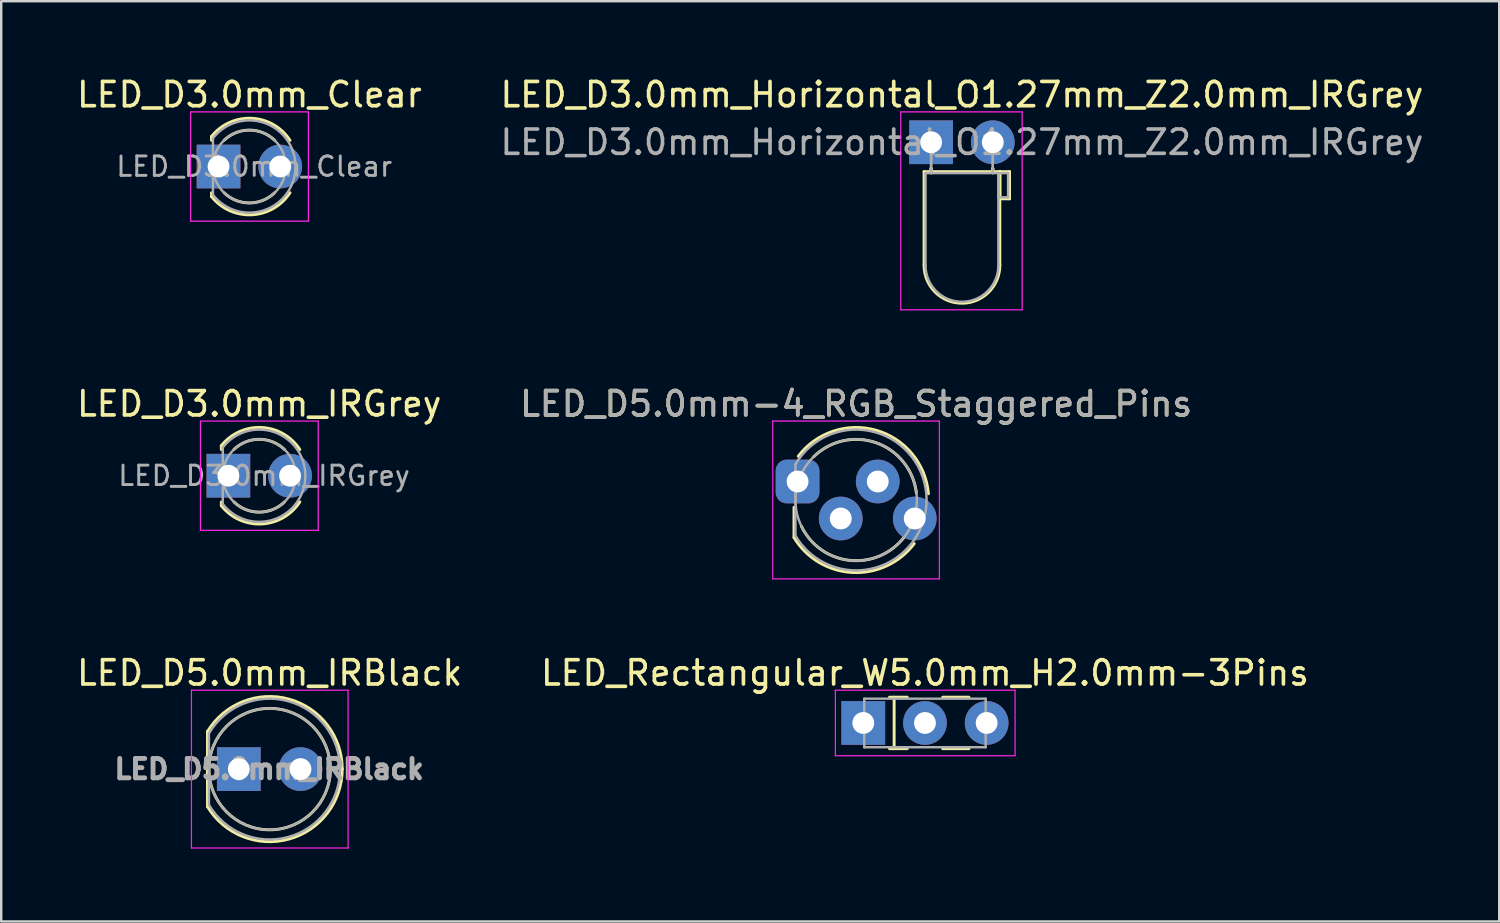
<source format=kicad_pcb>
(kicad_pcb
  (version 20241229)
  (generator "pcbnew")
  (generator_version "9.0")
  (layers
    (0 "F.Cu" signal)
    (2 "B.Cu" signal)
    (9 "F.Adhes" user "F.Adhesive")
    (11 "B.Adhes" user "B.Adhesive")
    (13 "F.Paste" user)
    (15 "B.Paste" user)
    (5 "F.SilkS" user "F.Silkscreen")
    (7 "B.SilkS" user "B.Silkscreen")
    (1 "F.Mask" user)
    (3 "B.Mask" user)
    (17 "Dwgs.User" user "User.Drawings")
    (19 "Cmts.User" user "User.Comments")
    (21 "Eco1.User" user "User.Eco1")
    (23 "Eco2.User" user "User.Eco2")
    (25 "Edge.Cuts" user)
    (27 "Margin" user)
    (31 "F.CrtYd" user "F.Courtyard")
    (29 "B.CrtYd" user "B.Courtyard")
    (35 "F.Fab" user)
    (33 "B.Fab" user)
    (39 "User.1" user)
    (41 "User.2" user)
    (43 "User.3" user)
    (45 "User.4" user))
  (footprint "LED_D3.0mm_IRGrey"
    (layer "F.Cu")
    (at 6.355 16.541)
    (property "Reference" "LED_D3.0mm_IRGrey" (at 1.27 -2.96 0) (layer "F.SilkS") (effects (font (size 1 1) (thickness 0.15))))
    (attr through_hole)
    (fp_line (start -0.29 -1.236) (end -0.29 -1.08) (stroke (width 0.12) (type solid)) (layer "F.SilkS"))
    (fp_line (start -0.29 1.08) (end -0.29 1.236) (stroke (width 0.12) (type solid)) (layer "F.SilkS"))
    (fp_arc (start -0.29 -1.235516) (mid 1.366487 -1.987659) (end 2.942335 -1.078608) (stroke (width 0.12) (type solid)) (layer "F.SilkS"))
    (fp_arc (start 0.229039 -1.08) (mid 1.270117 -1.5) (end 2.31113 -1.079837) (stroke (width 0.12) (type solid)) (layer "F.SilkS"))
    (fp_arc (start 2.31113 1.079837) (mid 1.270117 1.5) (end 0.229039 1.08) (stroke (width 0.12) (type solid)) (layer "F.SilkS"))
    (fp_arc (start 2.942335 1.078608) (mid 1.366487 1.987659) (end -0.29 1.235516) (stroke (width 0.12) (type solid)) (layer "F.SilkS"))
    (fp_line (start -1.15 -2.25) (end -1.15 2.25) (stroke (width 0.05) (type solid)) (layer "F.CrtYd"))
    (fp_line (start -1.15 2.25) (end 3.7 2.25) (stroke (width 0.05) (type solid)) (layer "F.CrtYd"))
    (fp_line (start 3.7 -2.25) (end -1.15 -2.25) (stroke (width 0.05) (type solid)) (layer "F.CrtYd"))
    (fp_line (start 3.7 2.25) (end 3.7 -2.25) (stroke (width 0.05) (type solid)) (layer "F.CrtYd"))
    (fp_line (start -0.23 -1.166) (end -0.23 1.166) (stroke (width 0.1) (type solid)) (layer "F.Fab"))
    (fp_arc (start -0.23 -1.16619) (mid 3.17 0.000452) (end -0.230555 1.165476) (stroke (width 0.1) (type solid)) (layer "F.Fab"))
    (fp_circle (center 1.27 0) (end 2.77 0) (stroke (width 0.1) (type solid)) (fill no) (layer "F.Fab"))
    (fp_text user "${REFERENCE}" (at 1.47 0 0) (layer "F.Fab") (effects (font (size 0.8 0.8) (thickness 0.12))))
    (pad "1" thru_hole rect (at 0 0) (size 1.8 1.8) (drill 0.9) (layers "*.Cu" "*.Mask"))
    (pad "2" thru_hole circle (at 2.54 0) (size 1.8 1.8) (drill 0.9) (layers "*.Cu" "*.Mask")))
  (footprint "LED_D3.0mm_Horizontal_O1.27mm_Z2.0mm_IRGrey"
    (layer "F.Cu")
    (at 35.295 2.808)
    (property "Reference" "LED_D3.0mm_Horizontal_O1.27mm_Z2.0mm_IRGrey" (at 1.27 -1.96 0) (layer "F.SilkS") (effects (font (size 1 1) (thickness 0.15))))
    (attr through_hole)
    (fp_line (start -0.29 1.21) (end -0.29 5.07) (stroke (width 0.12) (type solid)) (layer "F.SilkS"))
    (fp_line (start -0.29 1.21) (end 2.83 1.21) (stroke (width 0.12) (type solid)) (layer "F.SilkS"))
    (fp_line (start 0 1.08) (end 0 1.08) (stroke (width 0.12) (type solid)) (layer "F.SilkS"))
    (fp_line (start 0 1.08) (end 0 1.21) (stroke (width 0.12) (type solid)) (layer "F.SilkS"))
    (fp_line (start 0 1.21) (end 0 1.08) (stroke (width 0.12) (type solid)) (layer "F.SilkS"))
    (fp_line (start 0 1.21) (end 0 1.21) (stroke (width 0.12) (type solid)) (layer "F.SilkS"))
    (fp_line (start 2.54 1.08) (end 2.54 1.08) (stroke (width 0.12) (type solid)) (layer "F.SilkS"))
    (fp_line (start 2.54 1.08) (end 2.54 1.21) (stroke (width 0.12) (type solid)) (layer "F.SilkS"))
    (fp_line (start 2.54 1.21) (end 2.54 1.08) (stroke (width 0.12) (type solid)) (layer "F.SilkS"))
    (fp_line (start 2.54 1.21) (end 2.54 1.21) (stroke (width 0.12) (type solid)) (layer "F.SilkS"))
    (fp_line (start 2.83 1.21) (end 2.83 5.07) (stroke (width 0.12) (type solid)) (layer "F.SilkS"))
    (fp_line (start 2.83 1.21) (end 3.23 1.21) (stroke (width 0.12) (type solid)) (layer "F.SilkS"))
    (fp_line (start 2.83 2.33) (end 2.83 1.21) (stroke (width 0.12) (type solid)) (layer "F.SilkS"))
    (fp_line (start 3.23 1.21) (end 3.23 2.33) (stroke (width 0.12) (type solid)) (layer "F.SilkS"))
    (fp_line (start 3.23 2.33) (end 2.83 2.33) (stroke (width 0.12) (type solid)) (layer "F.SilkS"))
    (fp_arc (start 2.83 5.07) (mid 1.27 6.63) (end -0.29 5.07) (stroke (width 0.12) (type solid)) (layer "F.SilkS"))
    (fp_line (start -1.25 -1.25) (end -1.25 6.9) (stroke (width 0.05) (type solid)) (layer "F.CrtYd"))
    (fp_line (start -1.25 6.9) (end 3.75 6.9) (stroke (width 0.05) (type solid)) (layer "F.CrtYd"))
    (fp_line (start 3.75 -1.25) (end -1.25 -1.25) (stroke (width 0.05) (type solid)) (layer "F.CrtYd"))
    (fp_line (start 3.75 6.9) (end 3.75 -1.25) (stroke (width 0.05) (type solid)) (layer "F.CrtYd"))
    (fp_line (start -0.23 1.27) (end -0.23 5.07) (stroke (width 0.1) (type solid)) (layer "F.Fab"))
    (fp_line (start -0.23 1.27) (end 2.77 1.27) (stroke (width 0.1) (type solid)) (layer "F.Fab"))
    (fp_line (start 0 0) (end 0 0) (stroke (width 0.1) (type solid)) (layer "F.Fab"))
    (fp_line (start 0 0) (end 0 1.27) (stroke (width 0.1) (type solid)) (layer "F.Fab"))
    (fp_line (start 0 1.27) (end 0 0) (stroke (width 0.1) (type solid)) (layer "F.Fab"))
    (fp_line (start 0 1.27) (end 0 1.27) (stroke (width 0.1) (type solid)) (layer "F.Fab"))
    (fp_line (start 2.54 0) (end 2.54 0) (stroke (width 0.1) (type solid)) (layer "F.Fab"))
    (fp_line (start 2.54 0) (end 2.54 1.27) (stroke (width 0.1) (type solid)) (layer "F.Fab"))
    (fp_line (start 2.54 1.27) (end 2.54 0) (stroke (width 0.1) (type solid)) (layer "F.Fab"))
    (fp_line (start 2.54 1.27) (end 2.54 1.27) (stroke (width 0.1) (type solid)) (layer "F.Fab"))
    (fp_line (start 2.77 1.27) (end 2.77 5.07) (stroke (width 0.1) (type solid)) (layer "F.Fab"))
    (fp_line (start 2.77 1.27) (end 3.17 1.27) (stroke (width 0.1) (type solid)) (layer "F.Fab"))
    (fp_line (start 2.77 2.27) (end 2.77 1.27) (stroke (width 0.1) (type solid)) (layer "F.Fab"))
    (fp_line (start 3.17 1.27) (end 3.17 2.27) (stroke (width 0.1) (type solid)) (layer "F.Fab"))
    (fp_line (start 3.17 2.27) (end 2.77 2.27) (stroke (width 0.1) (type solid)) (layer "F.Fab"))
    (fp_arc (start 2.77 5.07) (mid 1.27 6.57) (end -0.23 5.07) (stroke (width 0.1) (type solid)) (layer "F.Fab"))
    (fp_text user "${REFERENCE}" (at 1.27 0 0) (layer "F.Fab") (effects (font (size 1 1) (thickness 0.15))))
    (pad "1" thru_hole rect (at 0 0) (size 1.8 1.8) (drill 0.9) (layers "*.Cu" "*.Mask"))
    (pad "2" thru_hole circle (at 2.54 0) (size 1.8 1.8) (drill 0.9) (layers "*.Cu" "*.Mask")))
  (footprint "LED_Rectangular_W5.0mm_H2.0mm-3Pins"
    (layer "F.Cu")
    (at 32.502 26.723)
    (property "Reference" "LED_Rectangular_W5.0mm_H2.0mm-3Pins" (at 2.54 -2.06 0) (layer "F.SilkS") (effects (font (size 1 1) (thickness 0.15))))
    (attr through_hole)
    (fp_line (start 1.08 -1.06) (end 1.81 -1.06) (stroke (width 0.12) (type solid)) (layer "F.SilkS"))
    (fp_line (start 1.08 1.06) (end 1.81 1.06) (stroke (width 0.12) (type solid)) (layer "F.SilkS"))
    (fp_line (start 1.27 -1.06) (end 1.27 1.06) (stroke (width 0.12) (type solid)) (layer "F.SilkS"))
    (fp_line (start 3.27 -1.06) (end 4.351 -1.06) (stroke (width 0.12) (type solid)) (layer "F.SilkS"))
    (fp_line (start 3.27 1.06) (end 4.351 1.06) (stroke (width 0.12) (type solid)) (layer "F.SilkS"))
    (fp_line (start -1.15 -1.35) (end -1.15 1.35) (stroke (width 0.05) (type solid)) (layer "F.CrtYd"))
    (fp_line (start -1.15 1.35) (end 6.25 1.35) (stroke (width 0.05) (type solid)) (layer "F.CrtYd"))
    (fp_line (start 6.25 -1.35) (end -1.15 -1.35) (stroke (width 0.05) (type solid)) (layer "F.CrtYd"))
    (fp_line (start 6.25 1.35) (end 6.25 -1.35) (stroke (width 0.05) (type solid)) (layer "F.CrtYd"))
    (fp_line (start 0.04 -1) (end 0.04 1) (stroke (width 0.1) (type solid)) (layer "F.Fab"))
    (fp_line (start 0.04 1) (end 5.04 1) (stroke (width 0.1) (type solid)) (layer "F.Fab"))
    (fp_line (start 5.04 -1) (end 0.04 -1) (stroke (width 0.1) (type solid)) (layer "F.Fab"))
    (fp_line (start 5.04 1) (end 5.04 -1) (stroke (width 0.1) (type solid)) (layer "F.Fab"))
    (pad "1" thru_hole rect (at 0 0) (size 1.8 1.8) (drill 0.9) (layers "*.Cu" "*.Mask"))
    (pad "2" thru_hole circle (at 2.54 0) (size 1.8 1.8) (drill 0.9) (layers "*.Cu" "*.Mask"))
    (pad "3" thru_hole circle (at 5.08 0) (size 1.8 1.8) (drill 0.9) (layers "*.Cu" "*.Mask")))
  (footprint "LED_D5.0mm-4_RGB_Staggered_Pins"
    (layer "F.Cu")
    (at 29.795 16.779)
    (property "Reference" "LED_D5.0mm-4_RGB_Staggered_Pins" (at 2.413 -3.198 0) (layer "F.SilkS") (effects (font (size 1 1) (thickness 0.15))))
    (attr through_hole)
    (fp_line (start -0.147 1.061) (end -0.147 2.307) (stroke (width 0.12) (type solid)) (layer "F.SilkS"))
    (fp_arc (start 0.028 -1.038) (mid 3.238737 -2.109652) (end 5.389836 0.503784) (stroke (width 0.12) (type solid)) (layer "F.SilkS"))
    (fp_arc (start 0.660401 -1.015999) (mid 3.242766 -1.592649) (end 4.89309 0.475579) (stroke (width 0.12) (type solid)) (layer "F.SilkS"))
    (fp_arc (start 4.372086 2.315056) (mid 2.134091 3.246393) (end 0.158316 1.842) (stroke (width 0.12) (type solid)) (layer "F.SilkS"))
    (fp_arc (start 4.804334 2.556887) (mid 2.262188 3.748194) (end -0.147 2.30683) (stroke (width 0.12) (type solid)) (layer "F.SilkS"))
    (fp_line (start -1.02 -2.49) (end 5.83 -2.49) (stroke (width 0.05) (type solid)) (layer "F.CrtYd"))
    (fp_line (start -1.02 4.01) (end -1.02 -2.49) (stroke (width 0.05) (type solid)) (layer "F.CrtYd"))
    (fp_line (start 5.84 -2.49) (end 5.84 4.01) (stroke (width 0.05) (type solid)) (layer "F.CrtYd"))
    (fp_line (start 5.84 4.01) (end -1.02 4.01) (stroke (width 0.05) (type solid)) (layer "F.CrtYd"))
    (fp_line (start -0.087 -0.708) (end -0.087 2.232) (stroke (width 0.1) (type solid)) (layer "F.Fab"))
    (fp_arc (start -0.087 -0.707694) (mid 5.313 0.762016) (end -0.087016 2.231666) (stroke (width 0.1) (type solid)) (layer "F.Fab"))
    (fp_circle (center 2.413 0.762) (end 4.913 0.762) (stroke (width 0.1) (type solid)) (fill no) (layer "F.Fab"))
    (fp_text user "${REFERENCE}" (at 2.413 -3.198 0) (layer "F.Fab") (effects (font (size 1 1) (thickness 0.15))))
    (pad "1" thru_hole roundrect (at 0 0) (size 1.8 1.8) (drill 0.9) (layers "*.Cu" "*.Mask") (roundrect_rratio 0.25))
    (pad "2" thru_hole circle (at 1.778 1.524) (size 1.8 1.8) (drill 0.9) (layers "*.Cu" "*.Mask"))
    (pad "3" thru_hole circle (at 3.302 0) (size 1.8 1.8) (drill 0.9) (layers "*.Cu" "*.Mask"))
    (pad "4" thru_hole circle (at 4.826 1.524) (size 1.8 1.8) (drill 0.9) (layers "*.Cu" "*.Mask")))
  (footprint "LED_D3.0mm_Clear"
    (layer "F.Cu")
    (at 5.95 3.808)
    (property "Reference" "LED_D3.0mm_Clear" (at 1.27 -2.96 0) (layer "F.SilkS") (effects (font (size 1 1) (thickness 0.15))))
    (attr through_hole)
    (fp_line (start -0.29 -1.236) (end -0.29 -1.08) (stroke (width 0.12) (type solid)) (layer "F.SilkS"))
    (fp_line (start -0.29 1.08) (end -0.29 1.236) (stroke (width 0.12) (type solid)) (layer "F.SilkS"))
    (fp_arc (start -0.29 -1.235516) (mid 1.366487 -1.987659) (end 2.942335 -1.078608) (stroke (width 0.12) (type solid)) (layer "F.SilkS"))
    (fp_arc (start 0.229039 -1.08) (mid 1.270117 -1.5) (end 2.31113 -1.079837) (stroke (width 0.12) (type solid)) (layer "F.SilkS"))
    (fp_arc (start 2.31113 1.079837) (mid 1.270117 1.5) (end 0.229039 1.08) (stroke (width 0.12) (type solid)) (layer "F.SilkS"))
    (fp_arc (start 2.942335 1.078608) (mid 1.366487 1.987659) (end -0.29 1.235516) (stroke (width 0.12) (type solid)) (layer "F.SilkS"))
    (fp_line (start -1.15 -2.25) (end -1.15 2.25) (stroke (width 0.05) (type solid)) (layer "F.CrtYd"))
    (fp_line (start -1.15 2.25) (end 3.7 2.25) (stroke (width 0.05) (type solid)) (layer "F.CrtYd"))
    (fp_line (start 3.7 -2.25) (end -1.15 -2.25) (stroke (width 0.05) (type solid)) (layer "F.CrtYd"))
    (fp_line (start 3.7 2.25) (end 3.7 -2.25) (stroke (width 0.05) (type solid)) (layer "F.CrtYd"))
    (fp_line (start -0.23 -1.166) (end -0.23 1.166) (stroke (width 0.1) (type solid)) (layer "F.Fab"))
    (fp_arc (start -0.23 -1.16619) (mid 3.17 0.000452) (end -0.230555 1.165476) (stroke (width 0.1) (type solid)) (layer "F.Fab"))
    (fp_circle (center 1.27 0) (end 2.77 0) (stroke (width 0.1) (type solid)) (fill no) (layer "F.Fab"))
    (fp_text user "${REFERENCE}" (at 1.47 0 0) (layer "F.Fab") (effects (font (size 0.8 0.8) (thickness 0.12))))
    (pad "1" thru_hole rect (at 0 0) (size 1.8 1.8) (drill 0.9) (layers "*.Cu" "*.Mask"))
    (pad "2" thru_hole circle (at 2.54 0) (size 1.8 1.8) (drill 0.9) (layers "*.Cu" "*.Mask")))
  (footprint "LED_D5.0mm_IRBlack"
    (layer "F.Cu")
    (at 6.784 28.623)
    (property "Reference" "LED_D5.0mm_IRBlack" (at 1.27 -3.96 0) (layer "F.SilkS") (effects (font (size 1 1) (thickness 0.15))))
    (attr through_hole)
    (fp_line (start -1.29 -1.545) (end -1.29 1.545) (stroke (width 0.12) (type solid)) (layer "F.SilkS"))
    (fp_arc (start -1.29 -1.54483) (mid 2.072002 -2.880433) (end 4.26 0.000462) (stroke (width 0.12) (type solid)) (layer "F.SilkS"))
    (fp_arc (start 4.26 -0.000462) (mid 2.072002 2.880433) (end -1.29 1.54483) (stroke (width 0.12) (type solid)) (layer "F.SilkS"))
    (fp_circle (center 1.27 0) (end 3.77 0) (stroke (width 0.12) (type solid)) (fill no) (layer "F.SilkS"))
    (fp_line (start -1.95 -3.25) (end -1.95 3.25) (stroke (width 0.05) (type solid)) (layer "F.CrtYd"))
    (fp_line (start -1.95 3.25) (end 4.5 3.25) (stroke (width 0.05) (type solid)) (layer "F.CrtYd"))
    (fp_line (start 4.5 -3.25) (end -1.95 -3.25) (stroke (width 0.05) (type solid)) (layer "F.CrtYd"))
    (fp_line (start 4.5 3.25) (end 4.5 -3.25) (stroke (width 0.05) (type solid)) (layer "F.CrtYd"))
    (fp_line (start -1.23 -1.47) (end -1.23 1.47) (stroke (width 0.1) (type solid)) (layer "F.Fab"))
    (fp_arc (start -1.23 -1.469694) (mid 4.17 0.000016) (end -1.230016 1.469666) (stroke (width 0.1) (type solid)) (layer "F.Fab"))
    (fp_circle (center 1.27 0) (end 3.77 0) (stroke (width 0.1) (type solid)) (fill no) (layer "F.Fab"))
    (fp_text user "${REFERENCE}" (at 1.25 0 0) (layer "F.Fab") (effects (font (size 0.8 0.8) (thickness 0.2))))
    (pad "1" thru_hole rect (at 0 0) (size 1.8 1.8) (drill 0.9) (layers "*.Cu" "*.Mask"))
    (pad "2" thru_hole circle (at 2.54 0) (size 1.8 1.8) (drill 0.9) (layers "*.Cu" "*.Mask")))
  (gr_rect
    (start -3 -3)
    (end 58.69 34.898)
    (stroke (width 0.1) (type default))
    (fill no)
    (layer "Edge.Cuts")))
</source>
